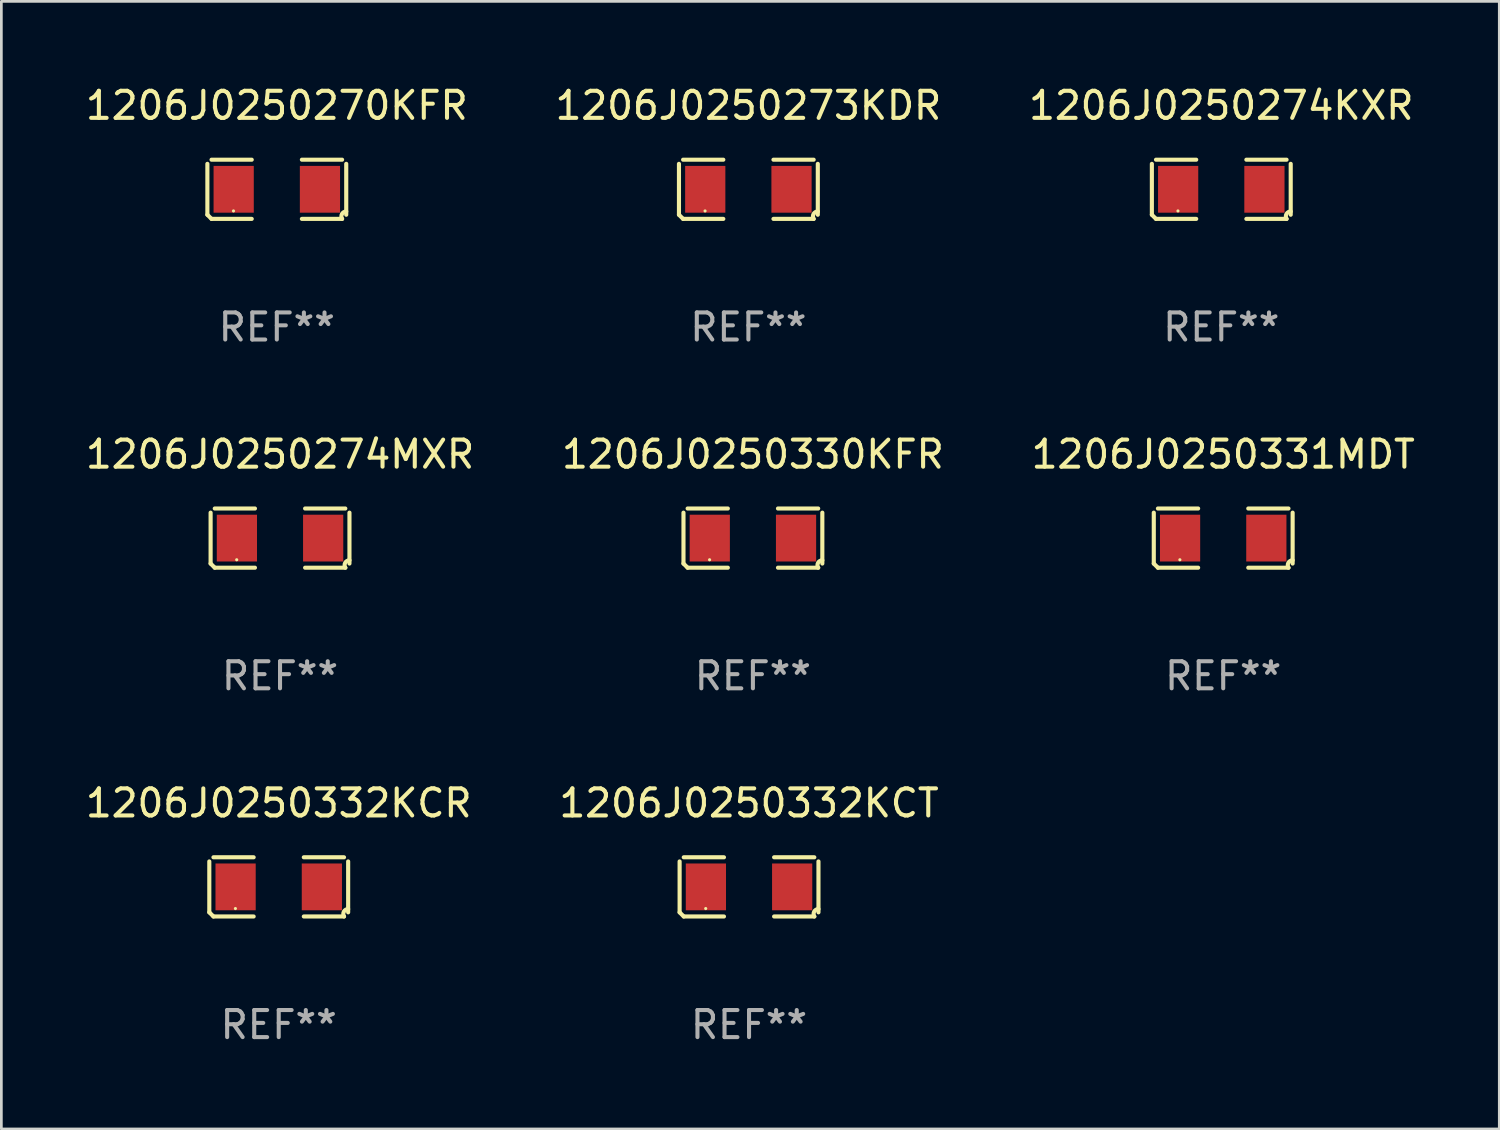
<source format=kicad_pcb>
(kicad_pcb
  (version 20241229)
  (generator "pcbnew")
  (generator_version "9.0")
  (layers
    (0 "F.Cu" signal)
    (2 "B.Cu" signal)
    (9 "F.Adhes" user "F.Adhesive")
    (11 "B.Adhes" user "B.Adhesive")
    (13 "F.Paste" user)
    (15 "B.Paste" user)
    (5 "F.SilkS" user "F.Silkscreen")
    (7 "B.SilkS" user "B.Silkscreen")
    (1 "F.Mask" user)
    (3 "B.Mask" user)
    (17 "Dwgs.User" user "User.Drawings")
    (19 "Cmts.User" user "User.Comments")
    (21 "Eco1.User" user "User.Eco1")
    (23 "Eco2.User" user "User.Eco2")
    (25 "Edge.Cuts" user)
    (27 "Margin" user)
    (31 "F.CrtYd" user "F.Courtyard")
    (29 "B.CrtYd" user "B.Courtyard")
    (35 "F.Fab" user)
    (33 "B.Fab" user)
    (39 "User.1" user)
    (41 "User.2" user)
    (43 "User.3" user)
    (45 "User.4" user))
  (footprint "1206J0250332KCR"
    (layer "F.Cu")
    (at 7.244 29.704)
    (property "Reference" "1206J0250332KCR" (at 0 -3.093 0) (layer "F.SilkS") (effects (font (size 1 1) (thickness 0.15))))
    (attr through_hole)
    (fp_line (start -2.564 0.94) (end -2.564 -0.94) (stroke (width 0.152) (type solid)) (layer "F.SilkS"))
    (fp_line (start -2.411 -1.093) (end -0.926 -1.093) (stroke (width 0.152) (type solid)) (layer "F.SilkS"))
    (fp_line (start -0.926 1.093) (end -2.411 1.093) (stroke (width 0.152) (type solid)) (layer "F.SilkS"))
    (fp_line (start 0.926 1.093) (end 2.411 1.093) (stroke (width 0.152) (type solid)) (layer "F.SilkS"))
    (fp_line (start 2.411 -1.093) (end 0.926 -1.093) (stroke (width 0.152) (type solid)) (layer "F.SilkS"))
    (fp_line (start 2.564 0.94) (end 2.564 -0.94) (stroke (width 0.152) (type solid)) (layer "F.SilkS"))
    (fp_arc (start -2.411201 1.092609) (mid -2.487413 1.01642) (end -2.563602 0.940208) (stroke (width 0.1524) (type solid)) (layer "F.SilkS"))
    (fp_arc (start 2.411201 1.092609) (mid 2.407159 0.911226) (end 2.563602 0.819347) (stroke (width 0.1524) (type solid)) (layer "F.SilkS"))
    (fp_circle (center -1.6 0.8) (end -1.57 0.8) (stroke (width 0.06) (type solid)) (fill no) (layer "F.SilkS"))
    (fp_text user "REF**" (at 0 5.093 0) (layer "F.Fab") (effects (font (size 1 1) (thickness 0.15))))
    (pad "1" smd rect (at -1.593 0) (size 1.485 1.728) (layers "F.Cu" "F.Mask" "F.Paste"))
    (pad "2" smd rect (at 1.593 0) (size 1.485 1.728) (layers "F.Cu" "F.Mask" "F.Paste")))
  (footprint "1206J0250330KFR"
    (layer "F.Cu")
    (at 24.756 16.823)
    (property "Reference" "1206J0250330KFR" (at 0 -3.093 0) (layer "F.SilkS") (effects (font (size 1 1) (thickness 0.15))))
    (attr through_hole)
    (fp_line (start -2.564 0.94) (end -2.564 -0.94) (stroke (width 0.152) (type solid)) (layer "F.SilkS"))
    (fp_line (start -2.411 -1.093) (end -0.926 -1.093) (stroke (width 0.152) (type solid)) (layer "F.SilkS"))
    (fp_line (start -0.926 1.093) (end -2.411 1.093) (stroke (width 0.152) (type solid)) (layer "F.SilkS"))
    (fp_line (start 0.926 1.093) (end 2.411 1.093) (stroke (width 0.152) (type solid)) (layer "F.SilkS"))
    (fp_line (start 2.411 -1.093) (end 0.926 -1.093) (stroke (width 0.152) (type solid)) (layer "F.SilkS"))
    (fp_line (start 2.564 0.94) (end 2.564 -0.94) (stroke (width 0.152) (type solid)) (layer "F.SilkS"))
    (fp_arc (start -2.411201 1.092609) (mid -2.487413 1.01642) (end -2.563602 0.940208) (stroke (width 0.1524) (type solid)) (layer "F.SilkS"))
    (fp_arc (start 2.411201 1.092609) (mid 2.407159 0.911226) (end 2.563602 0.819347) (stroke (width 0.1524) (type solid)) (layer "F.SilkS"))
    (fp_circle (center -1.6 0.8) (end -1.57 0.8) (stroke (width 0.06) (type solid)) (fill no) (layer "F.SilkS"))
    (fp_text user "REF**" (at 0 5.093 0) (layer "F.Fab") (effects (font (size 1 1) (thickness 0.15))))
    (pad "1" smd rect (at -1.593 0) (size 1.485 1.728) (layers "F.Cu" "F.Mask" "F.Paste"))
    (pad "2" smd rect (at 1.593 0) (size 1.485 1.728) (layers "F.Cu" "F.Mask" "F.Paste")))
  (footprint "1206J0250274KXR"
    (layer "F.Cu")
    (at 42.054 3.941)
    (property "Reference" "1206J0250274KXR" (at 0 -3.093 0) (layer "F.SilkS") (effects (font (size 1 1) (thickness 0.15))))
    (attr through_hole)
    (fp_line (start -2.564 0.94) (end -2.564 -0.94) (stroke (width 0.152) (type solid)) (layer "F.SilkS"))
    (fp_line (start -2.411 -1.093) (end -0.926 -1.093) (stroke (width 0.152) (type solid)) (layer "F.SilkS"))
    (fp_line (start -0.926 1.093) (end -2.411 1.093) (stroke (width 0.152) (type solid)) (layer "F.SilkS"))
    (fp_line (start 0.926 1.093) (end 2.411 1.093) (stroke (width 0.152) (type solid)) (layer "F.SilkS"))
    (fp_line (start 2.411 -1.093) (end 0.926 -1.093) (stroke (width 0.152) (type solid)) (layer "F.SilkS"))
    (fp_line (start 2.564 0.94) (end 2.564 -0.94) (stroke (width 0.152) (type solid)) (layer "F.SilkS"))
    (fp_arc (start -2.411201 1.092609) (mid -2.487413 1.01642) (end -2.563602 0.940208) (stroke (width 0.1524) (type solid)) (layer "F.SilkS"))
    (fp_arc (start 2.411201 1.092609) (mid 2.407159 0.911226) (end 2.563602 0.819347) (stroke (width 0.1524) (type solid)) (layer "F.SilkS"))
    (fp_circle (center -1.6 0.8) (end -1.57 0.8) (stroke (width 0.06) (type solid)) (fill no) (layer "F.SilkS"))
    (fp_text user "REF**" (at 0 5.093 0) (layer "F.Fab") (effects (font (size 1 1) (thickness 0.15))))
    (pad "1" smd rect (at -1.593 0) (size 1.485 1.728) (layers "F.Cu" "F.Mask" "F.Paste"))
    (pad "2" smd rect (at 1.593 0) (size 1.485 1.728) (layers "F.Cu" "F.Mask" "F.Paste")))
  (footprint "1206J0250273KDR"
    (layer "F.Cu")
    (at 24.589 3.941)
    (property "Reference" "1206J0250273KDR" (at 0 -3.093 0) (layer "F.SilkS") (effects (font (size 1 1) (thickness 0.15))))
    (attr through_hole)
    (fp_line (start -2.564 0.94) (end -2.564 -0.94) (stroke (width 0.152) (type solid)) (layer "F.SilkS"))
    (fp_line (start -2.411 -1.093) (end -0.926 -1.093) (stroke (width 0.152) (type solid)) (layer "F.SilkS"))
    (fp_line (start -0.926 1.093) (end -2.411 1.093) (stroke (width 0.152) (type solid)) (layer "F.SilkS"))
    (fp_line (start 0.926 1.093) (end 2.411 1.093) (stroke (width 0.152) (type solid)) (layer "F.SilkS"))
    (fp_line (start 2.411 -1.093) (end 0.926 -1.093) (stroke (width 0.152) (type solid)) (layer "F.SilkS"))
    (fp_line (start 2.564 0.94) (end 2.564 -0.94) (stroke (width 0.152) (type solid)) (layer "F.SilkS"))
    (fp_arc (start -2.411201 1.092609) (mid -2.487413 1.01642) (end -2.563602 0.940208) (stroke (width 0.1524) (type solid)) (layer "F.SilkS"))
    (fp_arc (start 2.411201 1.092609) (mid 2.407159 0.911226) (end 2.563602 0.819347) (stroke (width 0.1524) (type solid)) (layer "F.SilkS"))
    (fp_circle (center -1.6 0.8) (end -1.57 0.8) (stroke (width 0.06) (type solid)) (fill no) (layer "F.SilkS"))
    (fp_text user "REF**" (at 0 5.093 0) (layer "F.Fab") (effects (font (size 1 1) (thickness 0.15))))
    (pad "1" smd rect (at -1.593 0) (size 1.485 1.728) (layers "F.Cu" "F.Mask" "F.Paste"))
    (pad "2" smd rect (at 1.593 0) (size 1.485 1.728) (layers "F.Cu" "F.Mask" "F.Paste")))
  (footprint "1206J0250274MXR"
    (layer "F.Cu")
    (at 7.292 16.823)
    (property "Reference" "1206J0250274MXR" (at 0 -3.093 0) (layer "F.SilkS") (effects (font (size 1 1) (thickness 0.15))))
    (attr through_hole)
    (fp_line (start -2.564 0.94) (end -2.564 -0.94) (stroke (width 0.152) (type solid)) (layer "F.SilkS"))
    (fp_line (start -2.411 -1.093) (end -0.926 -1.093) (stroke (width 0.152) (type solid)) (layer "F.SilkS"))
    (fp_line (start -0.926 1.093) (end -2.411 1.093) (stroke (width 0.152) (type solid)) (layer "F.SilkS"))
    (fp_line (start 0.926 1.093) (end 2.411 1.093) (stroke (width 0.152) (type solid)) (layer "F.SilkS"))
    (fp_line (start 2.411 -1.093) (end 0.926 -1.093) (stroke (width 0.152) (type solid)) (layer "F.SilkS"))
    (fp_line (start 2.564 0.94) (end 2.564 -0.94) (stroke (width 0.152) (type solid)) (layer "F.SilkS"))
    (fp_arc (start -2.411201 1.092609) (mid -2.487413 1.01642) (end -2.563602 0.940208) (stroke (width 0.1524) (type solid)) (layer "F.SilkS"))
    (fp_arc (start 2.411201 1.092609) (mid 2.407159 0.911226) (end 2.563602 0.819347) (stroke (width 0.1524) (type solid)) (layer "F.SilkS"))
    (fp_circle (center -1.6 0.8) (end -1.57 0.8) (stroke (width 0.06) (type solid)) (fill no) (layer "F.SilkS"))
    (fp_text user "REF**" (at 0 5.093 0) (layer "F.Fab") (effects (font (size 1 1) (thickness 0.15))))
    (pad "1" smd rect (at -1.593 0) (size 1.485 1.728) (layers "F.Cu" "F.Mask" "F.Paste"))
    (pad "2" smd rect (at 1.593 0) (size 1.485 1.728) (layers "F.Cu" "F.Mask" "F.Paste")))
  (footprint "1206J0250331MDT"
    (layer "F.Cu")
    (at 42.125 16.823)
    (property "Reference" "1206J0250331MDT" (at 0 -3.093 0) (layer "F.SilkS") (effects (font (size 1 1) (thickness 0.15))))
    (attr through_hole)
    (fp_line (start -2.564 0.94) (end -2.564 -0.94) (stroke (width 0.152) (type solid)) (layer "F.SilkS"))
    (fp_line (start -2.411 -1.093) (end -0.926 -1.093) (stroke (width 0.152) (type solid)) (layer "F.SilkS"))
    (fp_line (start -0.926 1.093) (end -2.411 1.093) (stroke (width 0.152) (type solid)) (layer "F.SilkS"))
    (fp_line (start 0.926 1.093) (end 2.411 1.093) (stroke (width 0.152) (type solid)) (layer "F.SilkS"))
    (fp_line (start 2.411 -1.093) (end 0.926 -1.093) (stroke (width 0.152) (type solid)) (layer "F.SilkS"))
    (fp_line (start 2.564 0.94) (end 2.564 -0.94) (stroke (width 0.152) (type solid)) (layer "F.SilkS"))
    (fp_arc (start -2.411201 1.092609) (mid -2.487413 1.01642) (end -2.563602 0.940208) (stroke (width 0.1524) (type solid)) (layer "F.SilkS"))
    (fp_arc (start 2.411201 1.092609) (mid 2.407159 0.911226) (end 2.563602 0.819347) (stroke (width 0.1524) (type solid)) (layer "F.SilkS"))
    (fp_circle (center -1.6 0.8) (end -1.57 0.8) (stroke (width 0.06) (type solid)) (fill no) (layer "F.SilkS"))
    (fp_text user "REF**" (at 0 5.093 0) (layer "F.Fab") (effects (font (size 1 1) (thickness 0.15))))
    (pad "1" smd rect (at -1.593 0) (size 1.485 1.728) (layers "F.Cu" "F.Mask" "F.Paste"))
    (pad "2" smd rect (at 1.593 0) (size 1.485 1.728) (layers "F.Cu" "F.Mask" "F.Paste")))
  (footprint "1206J0250270KFR"
    (layer "F.Cu")
    (at 7.173 3.941)
    (property "Reference" "1206J0250270KFR" (at 0 -3.093 0) (layer "F.SilkS") (effects (font (size 1 1) (thickness 0.15))))
    (attr through_hole)
    (fp_line (start -2.564 0.94) (end -2.564 -0.94) (stroke (width 0.152) (type solid)) (layer "F.SilkS"))
    (fp_line (start -2.411 -1.093) (end -0.926 -1.093) (stroke (width 0.152) (type solid)) (layer "F.SilkS"))
    (fp_line (start -0.926 1.093) (end -2.411 1.093) (stroke (width 0.152) (type solid)) (layer "F.SilkS"))
    (fp_line (start 0.926 1.093) (end 2.411 1.093) (stroke (width 0.152) (type solid)) (layer "F.SilkS"))
    (fp_line (start 2.411 -1.093) (end 0.926 -1.093) (stroke (width 0.152) (type solid)) (layer "F.SilkS"))
    (fp_line (start 2.564 0.94) (end 2.564 -0.94) (stroke (width 0.152) (type solid)) (layer "F.SilkS"))
    (fp_arc (start -2.411201 1.092609) (mid -2.487413 1.01642) (end -2.563602 0.940208) (stroke (width 0.1524) (type solid)) (layer "F.SilkS"))
    (fp_arc (start 2.411201 1.092609) (mid 2.407159 0.911226) (end 2.563602 0.819347) (stroke (width 0.1524) (type solid)) (layer "F.SilkS"))
    (fp_circle (center -1.6 0.8) (end -1.57 0.8) (stroke (width 0.06) (type solid)) (fill no) (layer "F.SilkS"))
    (fp_text user "REF**" (at 0 5.093 0) (layer "F.Fab") (effects (font (size 1 1) (thickness 0.15))))
    (pad "1" smd rect (at -1.593 0) (size 1.485 1.728) (layers "F.Cu" "F.Mask" "F.Paste"))
    (pad "2" smd rect (at 1.593 0) (size 1.485 1.728) (layers "F.Cu" "F.Mask" "F.Paste")))
  (footprint "1206J0250332KCT"
    (layer "F.Cu")
    (at 24.613 29.704)
    (property "Reference" "1206J0250332KCT" (at 0 -3.093 0) (layer "F.SilkS") (effects (font (size 1 1) (thickness 0.15))))
    (attr through_hole)
    (fp_line (start -2.564 0.94) (end -2.564 -0.94) (stroke (width 0.152) (type solid)) (layer "F.SilkS"))
    (fp_line (start -2.411 -1.093) (end -0.926 -1.093) (stroke (width 0.152) (type solid)) (layer "F.SilkS"))
    (fp_line (start -0.926 1.093) (end -2.411 1.093) (stroke (width 0.152) (type solid)) (layer "F.SilkS"))
    (fp_line (start 0.926 1.093) (end 2.411 1.093) (stroke (width 0.152) (type solid)) (layer "F.SilkS"))
    (fp_line (start 2.411 -1.093) (end 0.926 -1.093) (stroke (width 0.152) (type solid)) (layer "F.SilkS"))
    (fp_line (start 2.564 0.94) (end 2.564 -0.94) (stroke (width 0.152) (type solid)) (layer "F.SilkS"))
    (fp_arc (start -2.411201 1.092609) (mid -2.487413 1.01642) (end -2.563602 0.940208) (stroke (width 0.1524) (type solid)) (layer "F.SilkS"))
    (fp_arc (start 2.411201 1.092609) (mid 2.407159 0.911226) (end 2.563602 0.819347) (stroke (width 0.1524) (type solid)) (layer "F.SilkS"))
    (fp_circle (center -1.6 0.8) (end -1.57 0.8) (stroke (width 0.06) (type solid)) (fill no) (layer "F.SilkS"))
    (fp_text user "REF**" (at 0 5.093 0) (layer "F.Fab") (effects (font (size 1 1) (thickness 0.15))))
    (pad "1" smd rect (at -1.593 0) (size 1.485 1.728) (layers "F.Cu" "F.Mask" "F.Paste"))
    (pad "2" smd rect (at 1.593 0) (size 1.485 1.728) (layers "F.Cu" "F.Mask" "F.Paste")))
  (gr_rect
    (start -3 -3)
    (end 52.321 38.645)
    (stroke (width 0.1) (type default))
    (fill no)
    (layer "Edge.Cuts")))
</source>
